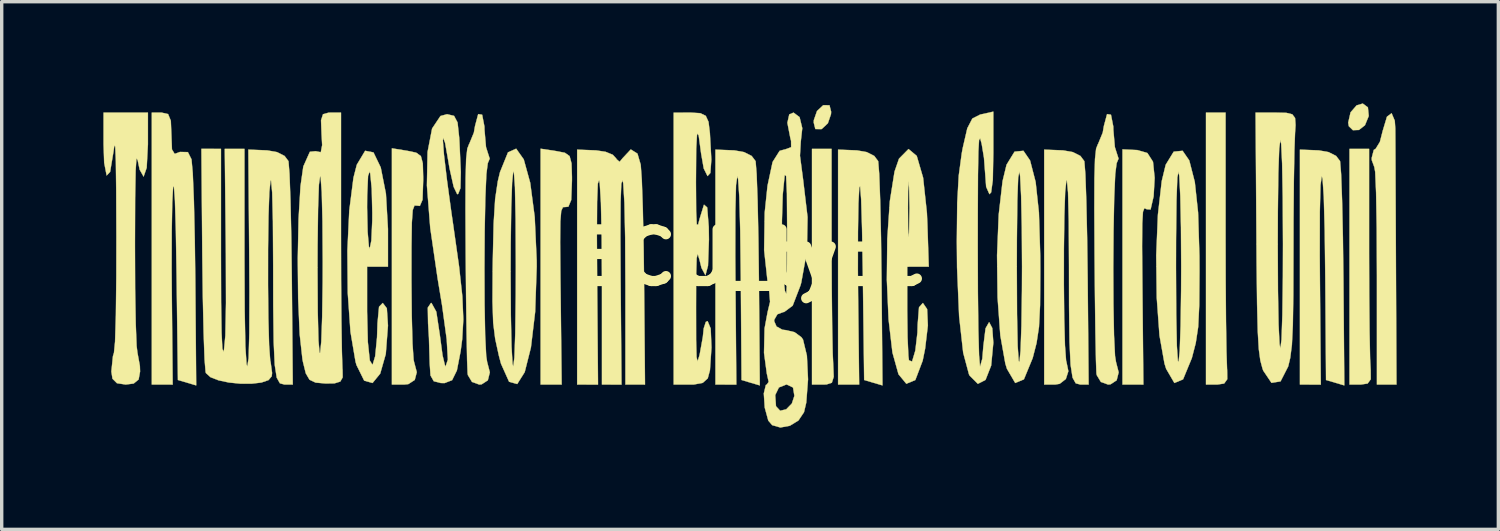
<source format=kicad_pcb>
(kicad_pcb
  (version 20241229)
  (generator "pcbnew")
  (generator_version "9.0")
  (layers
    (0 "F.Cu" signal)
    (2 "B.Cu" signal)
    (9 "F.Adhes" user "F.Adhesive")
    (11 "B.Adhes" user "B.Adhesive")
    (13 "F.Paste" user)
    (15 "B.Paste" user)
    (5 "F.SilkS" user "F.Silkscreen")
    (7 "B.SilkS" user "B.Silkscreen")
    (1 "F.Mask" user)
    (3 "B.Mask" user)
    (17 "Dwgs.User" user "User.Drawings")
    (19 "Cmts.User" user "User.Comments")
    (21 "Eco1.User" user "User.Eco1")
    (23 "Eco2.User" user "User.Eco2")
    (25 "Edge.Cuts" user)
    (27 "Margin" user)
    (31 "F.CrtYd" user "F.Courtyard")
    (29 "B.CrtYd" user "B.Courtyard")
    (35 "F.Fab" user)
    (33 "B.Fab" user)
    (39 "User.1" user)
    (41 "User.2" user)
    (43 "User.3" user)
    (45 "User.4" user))
  (footprint "ECU_type"
    (layer "F.Cu")
    (at 19.17 4.55)
    (property "Reference" "ECU_type" (at 0 0 0) (layer "F.SilkS") (effects (font (size 1.524 1.524) (thickness 0.3))))
    (attr through_hole)
    (fp_poly (pts (xy 18.13 -4.433) (xy 18.155 -4.178) (xy 18.043 -3.905) (xy 17.866 -3.767) (xy 17.688 -3.76) (xy 17.568 -3.876) (xy 17.549 -3.982) (xy 17.619 -4.287) (xy 17.798 -4.492) (xy 17.979 -4.545) (xy 18.13 -4.433)) (stroke (width 0.01) (type solid)) (fill yes) (layer "F.SilkS"))
    (fp_poly (pts (xy 18.165 -0.156) (xy 18.169 1.103) (xy 18.179 2.19) (xy 18.195 2.977) (xy 18.212 3.32) (xy 18.214 3.587) (xy 18.123 3.713) (xy 17.923 3.743) (xy 17.588 3.743) (xy 17.588 -3.208) (xy 18.165 -3.208) (xy 18.165 -0.156)) (stroke (width 0.01) (type solid)) (fill yes) (layer "F.SilkS"))
    (fp_poly (pts (xy 2.248 -4.495) (xy 2.297 -4.303) (xy 2.292 -4.23) (xy 2.2 -3.964) (xy 2.021 -3.796) (xy 2.006 -3.791) (xy 1.831 -3.794) (xy 1.783 -3.985) (xy 1.787 -4.058) (xy 1.88 -4.325) (xy 2.058 -4.492) (xy 2.073 -4.497) (xy 2.248 -4.495)) (stroke (width 0.01) (type solid)) (fill yes) (layer "F.SilkS"))
    (fp_poly (pts (xy 2.31 -0.334) (xy 2.315 0.913) (xy 2.327 2.012) (xy 2.343 2.82) (xy 2.358 3.142) (xy 2.373 3.515) (xy 2.318 3.69) (xy 2.158 3.741) (xy 2.068 3.743) (xy 1.732 3.743) (xy 1.732 -3.208) (xy 2.309 -3.208) (xy 2.31 -0.334)) (stroke (width 0.01) (type solid)) (fill yes) (layer "F.SilkS"))
    (fp_poly (pts (xy 13.932 -0.69) (xy 13.935 0.671) (xy 13.944 1.862) (xy 13.958 2.769) (xy 13.975 3.276) (xy 13.978 3.32) (xy 13.981 3.587) (xy 13.89 3.713) (xy 13.69 3.743) (xy 13.354 3.743) (xy 13.354 -4.278) (xy 13.932 -4.278) (xy 13.932 -0.69)) (stroke (width 0.01) (type solid)) (fill yes) (layer "F.SilkS"))
    (fp_poly (pts (xy 11.329 -3.173) (xy 11.626 -3.086) (xy 11.791 -2.828) (xy 11.84 -2.353) (xy 11.809 -1.809) (xy 11.72 -1.421) (xy 11.608 -1.427) (xy 11.538 -1.462) (xy 11.495 -1.353) (xy 11.474 -1.006) (xy 11.469 -0.331) (xy 11.478 0.765) (xy 11.481 1.088) (xy 11.507 3.744) (xy 10.891 3.743) (xy 10.891 -3.194) (xy 11.329 -3.173)) (stroke (width 0.01) (type solid)) (fill yes) (layer "F.SilkS"))
    (fp_poly (pts (xy -5.811 -3.143) (xy -5.556 -3.093) (xy -5.418 -2.995) (xy -5.361 -2.78) (xy -5.349 -2.381) (xy -5.349 -2.272) (xy -5.37 -1.702) (xy -5.454 -1.503) (xy -5.531 -1.495) (xy -5.614 -1.489) (xy -5.665 -1.378) (xy -5.691 -1.066) (xy -5.697 -0.456) (xy -5.689 0.552) (xy -5.682 1.112) (xy -5.652 3.743) (xy -6.273 3.743) (xy -6.273 -3.213) (xy -5.811 -3.143)) (stroke (width 0.01) (type solid)) (fill yes) (layer "F.SilkS"))
    (fp_poly (pts (xy 18.923 -4.038) (xy 18.938 -3.81) (xy 18.941 -3.377) (xy 18.945 -2.525) (xy 18.95 -1.372) (xy 18.956 -0.033) (xy 18.957 0.201) (xy 18.973 3.743) (xy 18.684 3.743) (xy 18.396 3.743) (xy 18.396 0.535) (xy 18.39 -0.874) (xy 18.372 -1.916) (xy 18.345 -2.53) (xy 18.319 -2.674) (xy 18.244 -2.877) (xy 18.242 -2.941) (xy 18.304 -3.179) (xy 18.357 -3.208) (xy 18.484 -3.415) (xy 18.568 -3.743) (xy 18.693 -4.158) (xy 18.829 -4.26) (xy 18.923 -4.038)) (stroke (width 0.01) (type solid)) (fill yes) (layer "F.SilkS"))
    (fp_poly (pts (xy -10.198 -3.15) (xy -9.943 -3.096) (xy -9.805 -2.996) (xy -9.748 -2.781) (xy -9.737 -2.381) (xy -9.737 -2.273) (xy -9.756 -1.708) (xy -9.835 -1.526) (xy -9.91 -1.534) (xy -9.994 -1.538) (xy -10.045 -1.404) (xy -10.072 -1.03) (xy -10.082 -0.313) (xy -10.083 0.656) (xy -10.074 1.704) (xy -10.052 2.536) (xy -10.019 3.015) (xy -10.006 3.075) (xy -9.926 3.379) (xy -9.986 3.607) (xy -10.175 3.73) (xy -10.295 3.743) (xy -10.66 3.743) (xy -10.66 -3.225) (xy -10.198 -3.15)) (stroke (width 0.01) (type solid)) (fill yes) (layer "F.SilkS"))
    (fp_poly (pts (xy 3.058 -3.164) (xy 3.347 -3.113) (xy 3.569 -3) (xy 3.683 -2.847) (xy 3.685 -2.841) (xy 3.715 -2.467) (xy 3.744 -1.677) (xy 3.768 -0.588) (xy 3.783 0.614) (xy 3.811 3.768) (xy 3.541 3.689) (xy 3.271 3.609) (xy 3.232 0.535) (xy 3.209 -0.838) (xy 3.182 -1.725) (xy 3.151 -2.109) (xy 3.127 -2.066) (xy 3.102 -1.606) (xy 3.088 -0.753) (xy 3.086 0.351) (xy 3.092 1.075) (xy 3.123 3.743) (xy 2.502 3.743) (xy 2.502 -3.186) (xy 3.058 -3.164)) (stroke (width 0.01) (type solid)) (fill yes) (layer "F.SilkS"))
    (fp_poly (pts (xy 16.682 -3.164) (xy 16.97 -3.113) (xy 17.193 -3) (xy 17.308 -2.848) (xy 17.31 -2.841) (xy 17.34 -2.467) (xy 17.369 -1.677) (xy 17.393 -0.588) (xy 17.408 0.614) (xy 17.434 3.768) (xy 16.895 3.609) (xy 16.873 0.602) (xy 16.856 -0.797) (xy 16.829 -1.789) (xy 16.793 -2.325) (xy 16.77 -2.406) (xy 16.732 -2.142) (xy 16.712 -1.354) (xy 16.71 -0.051) (xy 16.715 0.669) (xy 16.741 3.744) (xy 16.433 3.744) (xy 16.125 3.743) (xy 16.125 -3.186) (xy 16.682 -3.164)) (stroke (width 0.01) (type solid)) (fill yes) (layer "F.SilkS"))
    (fp_poly (pts (xy -0.559 -3.164) (xy -0.272 -3.113) (xy -0.048 -3) (xy 0.067 -2.848) (xy 0.069 -2.841) (xy 0.099 -2.467) (xy 0.128 -1.677) (xy 0.151 -0.588) (xy 0.166 0.614) (xy 0.192 3.768) (xy -0.077 3.689) (xy -0.346 3.609) (xy -0.368 0.602) (xy -0.385 -0.797) (xy -0.412 -1.789) (xy -0.448 -2.325) (xy -0.471 -2.406) (xy -0.509 -2.142) (xy -0.529 -1.354) (xy -0.531 -0.051) (xy -0.526 0.669) (xy -0.5 3.744) (xy -0.808 3.744) (xy -1.116 3.743) (xy -1.116 -3.186) (xy -0.559 -3.164)) (stroke (width 0.01) (type solid)) (fill yes) (layer "F.SilkS"))
    (fp_poly (pts (xy -17.262 -4.235) (xy -17.181 -4.038) (xy -17.164 -3.626) (xy -17.148 -3.192) (xy -17.067 -3.06) (xy -16.911 -3.118) (xy -16.678 -3.113) (xy -16.571 -2.9) (xy -16.534 -2.493) (xy -16.5 -1.662) (xy -16.474 -0.519) (xy -16.459 0.614) (xy -16.433 3.768) (xy -16.972 3.609) (xy -17.011 0.535) (xy -17.033 -0.795) (xy -17.06 -1.685) (xy -17.09 -2.103) (xy -17.114 -2.081) (xy -17.139 -1.627) (xy -17.154 -0.78) (xy -17.157 0.322) (xy -17.152 1.061) (xy -17.126 3.744) (xy -17.742 3.743) (xy -17.742 -4.278) (xy -17.453 -4.278) (xy -17.262 -4.235)) (stroke (width 0.01) (type solid)) (fill yes) (layer "F.SilkS"))
    (fp_poly (pts (xy -7.998 -4.216) (xy -7.93 -3.865) (xy -7.928 -3.765) (xy -7.884 -3.262) (xy -7.832 -3.097) (xy -7.775 -2.921) (xy -7.832 -2.785) (xy -7.873 -2.466) (xy -7.904 -1.752) (xy -7.923 -0.781) (xy -7.93 0.308) (xy -7.926 1.377) (xy -7.909 2.287) (xy -7.878 2.9) (xy -7.851 3.075) (xy -7.771 3.383) (xy -7.83 3.618) (xy -8.013 3.737) (xy -8.084 3.743) (xy -8.297 3.666) (xy -8.418 3.465) (xy -8.427 3.409) (xy -8.442 3.022) (xy -8.457 2.219) (xy -8.472 1.121) (xy -8.483 -0.07) (xy -8.49 -1.43) (xy -8.486 -2.347) (xy -8.47 -2.911) (xy -8.436 -3.215) (xy -8.384 -3.349) (xy -8.378 -3.356) (xy -8.242 -3.687) (xy -8.207 -3.887) (xy -8.114 -4.234) (xy -7.998 -4.216)) (stroke (width 0.01) (type solid)) (fill yes) (layer "F.SilkS"))
    (fp_poly (pts (xy 9.139 -3.164) (xy 9.427 -3.113) (xy 9.65 -3) (xy 9.764 -2.847) (xy 9.766 -2.841) (xy 9.796 -2.467) (xy 9.824 -1.677) (xy 9.848 -0.589) (xy 9.864 0.602) (xy 9.892 3.743) (xy 9.649 3.743) (xy 9.512 3.707) (xy 9.419 3.541) (xy 9.36 3.162) (xy 9.328 2.484) (xy 9.315 1.425) (xy 9.313 0.23) (xy 9.306 -1.076) (xy 9.285 -1.92) (xy 9.252 -2.272) (xy 9.236 -2.273) (xy 9.2 -1.94) (xy 9.176 -1.222) (xy 9.163 -0.263) (xy 9.162 0.788) (xy 9.172 1.786) (xy 9.194 2.584) (xy 9.227 3.034) (xy 9.238 3.077) (xy 9.294 3.35) (xy 9.22 3.58) (xy 9.039 3.721) (xy 8.905 3.743) (xy 8.582 3.743) (xy 8.582 -3.186) (xy 9.139 -3.164)) (stroke (width 0.01) (type solid)) (fill yes) (layer "F.SilkS"))
    (fp_poly (pts (xy 10.551 -4.216) (xy 10.62 -3.865) (xy 10.622 -3.765) (xy 10.666 -3.262) (xy 10.718 -3.097) (xy 10.775 -2.921) (xy 10.718 -2.785) (xy 10.677 -2.466) (xy 10.646 -1.752) (xy 10.627 -0.781) (xy 10.619 0.308) (xy 10.624 1.377) (xy 10.641 2.287) (xy 10.671 2.9) (xy 10.699 3.075) (xy 10.778 3.383) (xy 10.719 3.618) (xy 10.537 3.737) (xy 10.465 3.743) (xy 10.253 3.666) (xy 10.132 3.465) (xy 10.122 3.409) (xy 10.108 3.022) (xy 10.092 2.219) (xy 10.078 1.121) (xy 10.067 -0.07) (xy 10.06 -1.43) (xy 10.063 -2.347) (xy 10.08 -2.911) (xy 10.113 -3.215) (xy 10.166 -3.349) (xy 10.172 -3.356) (xy 10.308 -3.687) (xy 10.343 -3.887) (xy 10.436 -4.234) (xy 10.551 -4.216)) (stroke (width 0.01) (type solid)) (fill yes) (layer "F.SilkS"))
    (fp_poly (pts (xy -17.857 -3.342) (xy -17.893 -2.652) (xy -17.984 -2.39) (xy -18.101 -2.597) (xy -18.159 -2.874) (xy -18.195 -2.929) (xy -18.219 -2.567) (xy -18.234 -1.75) (xy -18.239 -0.439) (xy -18.239 -0.35) (xy -18.234 0.927) (xy -18.216 1.947) (xy -18.19 2.607) (xy -18.165 2.807) (xy -18.094 3.194) (xy -18.088 3.358) (xy -18.131 3.593) (xy -18.276 3.713) (xy -18.511 3.743) (xy -18.77 3.704) (xy -18.902 3.572) (xy -18.935 3.358) (xy -18.888 2.903) (xy -18.858 2.807) (xy -18.826 2.479) (xy -18.802 1.705) (xy -18.789 0.57) (xy -18.787 -0.617) (xy -18.792 -1.976) (xy -18.803 -2.846) (xy -18.821 -3.276) (xy -18.847 -3.31) (xy -18.87 -3.142) (xy -18.972 -2.531) (xy -19.074 -2.423) (xy -19.147 -2.8) (xy -19.165 -3.342) (xy -19.165 -4.278) (xy -17.857 -4.278) (xy -17.857 -3.342)) (stroke (width 0.01) (type solid)) (fill yes) (layer "F.SilkS"))
    (fp_poly (pts (xy 8.165 -2.866) (xy 8.329 -2.232) (xy 8.426 -1.33) (xy 8.465 -0.054) (xy 8.467 0.404) (xy 8.46 1.399) (xy 8.428 2.043) (xy 8.356 2.519) (xy 8.242 2.962) (xy 7.983 3.59) (xy 7.727 3.697) (xy 7.483 3.28) (xy 7.435 3.125) (xy 7.287 2.294) (xy 7.206 1.175) (xy 7.195 0.267) (xy 7.774 0.267) (xy 7.78 1.67) (xy 7.799 2.606) (xy 7.83 3.049) (xy 7.851 3.075) (xy 7.884 2.75) (xy 7.91 2.01) (xy 7.925 0.974) (xy 7.928 0.267) (xy 7.921 -0.889) (xy 7.901 -1.819) (xy 7.871 -2.405) (xy 7.851 -2.54) (xy 7.814 -2.368) (xy 7.789 -1.689) (xy 7.776 -0.529) (xy 7.774 0.267) (xy 7.195 0.267) (xy 7.191 -0.068) (xy 7.24 -1.267) (xy 7.354 -2.259) (xy 7.471 -2.741) (xy 7.707 -3.126) (xy 7.969 -3.152) (xy 8.165 -2.866)) (stroke (width 0.01) (type solid)) (fill yes) (layer "F.SilkS"))
    (fp_poly (pts (xy 12.861 -2.866) (xy 13.024 -2.232) (xy 13.121 -1.33) (xy 13.16 -0.054) (xy 13.162 0.404) (xy 13.155 1.399) (xy 13.124 2.043) (xy 13.052 2.519) (xy 12.937 2.962) (xy 12.678 3.59) (xy 12.422 3.697) (xy 12.179 3.28) (xy 12.13 3.125) (xy 11.982 2.294) (xy 11.901 1.175) (xy 11.89 0.267) (xy 12.469 0.267) (xy 12.476 1.67) (xy 12.495 2.606) (xy 12.525 3.049) (xy 12.546 3.075) (xy 12.579 2.75) (xy 12.605 2.01) (xy 12.62 0.974) (xy 12.623 0.267) (xy 12.616 -0.889) (xy 12.596 -1.819) (xy 12.566 -2.405) (xy 12.546 -2.54) (xy 12.509 -2.368) (xy 12.484 -1.689) (xy 12.471 -0.529) (xy 12.469 0.267) (xy 11.89 0.267) (xy 11.886 -0.068) (xy 11.936 -1.267) (xy 12.049 -2.259) (xy 12.166 -2.741) (xy 12.402 -3.126) (xy 12.664 -3.152) (xy 12.861 -2.866)) (stroke (width 0.01) (type solid)) (fill yes) (layer "F.SilkS"))
    (fp_poly (pts (xy -6.77 -2.897) (xy -6.58 -2.208) (xy -6.447 -1.199) (xy -6.389 0.079) (xy -6.388 0.267) (xy -6.434 1.599) (xy -6.559 2.65) (xy -6.742 3.376) (xy -6.963 3.728) (xy -7.203 3.661) (xy -7.442 3.127) (xy -7.505 2.889) (xy -7.613 2.394) (xy -7.672 1.92) (xy -7.693 1.292) (xy -7.688 0.417) (xy -7.158 0.417) (xy -7.151 1.697) (xy -7.131 2.627) (xy -7.101 3.135) (xy -7.081 3.208) (xy -7.047 2.953) (xy -7.021 2.231) (xy -7.007 1.11) (xy -7.004 0.252) (xy -7.011 -1.146) (xy -7.03 -2.078) (xy -7.061 -2.516) (xy -7.081 -2.54) (xy -7.114 -2.215) (xy -7.14 -1.467) (xy -7.155 -0.408) (xy -7.158 0.417) (xy -7.688 0.417) (xy -7.688 0.339) (xy -7.684 0.098) (xy -7.659 -1.002) (xy -7.614 -1.731) (xy -7.536 -2.253) (xy -7.471 -2.523) (xy -7.235 -3.107) (xy -6.994 -3.214) (xy -6.77 -2.897)) (stroke (width 0.01) (type solid)) (fill yes) (layer "F.SilkS"))
    (fp_poly (pts (xy -3.416 -3.068) (xy -3.32 -2.739) (xy -3.288 -2.291) (xy -3.258 -1.438) (xy -3.234 -0.311) (xy -3.221 0.737) (xy -3.194 3.744) (xy -3.483 3.743) (xy -3.772 3.743) (xy -3.772 0.818) (xy -3.779 -0.591) (xy -3.801 -1.613) (xy -3.836 -2.189) (xy -3.855 -2.287) (xy -3.893 -2.182) (xy -3.914 -1.646) (xy -3.92 -0.644) (xy -3.913 0.638) (xy -3.887 3.744) (xy -4.176 3.744) (xy -4.464 3.743) (xy -4.464 0.818) (xy -4.472 -0.591) (xy -4.494 -1.613) (xy -4.529 -2.189) (xy -4.548 -2.287) (xy -4.586 -2.182) (xy -4.607 -1.646) (xy -4.613 -0.644) (xy -4.606 0.638) (xy -4.58 3.744) (xy -4.888 3.744) (xy -5.195 3.743) (xy -5.195 -3.186) (xy -4.636 -3.164) (xy -4.357 -3.122) (xy -4.144 -3.035) (xy -4.038 -2.92) (xy -4.035 -2.907) (xy -3.943 -2.826) (xy -3.849 -2.94) (xy -3.613 -3.192) (xy -3.416 -3.068)) (stroke (width 0.01) (type solid)) (fill yes) (layer "F.SilkS"))
    (fp_poly (pts (xy 4.822 -3.001) (xy 5.01 -2.357) (xy 5.122 -1.318) (xy 5.136 -0.992) (xy 5.177 0.267) (xy 4.541 0.267) (xy 4.541 1.56) (xy 4.551 2.351) (xy 4.576 2.902) (xy 4.592 3.028) (xy 4.684 3.064) (xy 4.78 2.741) (xy 4.842 2.215) (xy 4.849 1.973) (xy 4.889 1.465) (xy 5.003 1.337) (xy 5.128 1.519) (xy 5.15 2) (xy 5.069 2.684) (xy 4.997 3.039) (xy 4.78 3.61) (xy 4.515 3.72) (xy 4.284 3.44) (xy 4.105 2.799) (xy 3.991 1.822) (xy 3.94 0.655) (xy 3.953 -0.557) (xy 4.015 -1.471) (xy 4.563 -1.471) (xy 4.568 -0.836) (xy 4.582 -0.605) (xy 4.595 -0.732) (xy 4.609 -1.465) (xy 4.596 -2.068) (xy 4.579 -2.254) (xy 4.567 -1.965) (xy 4.563 -1.471) (xy 4.015 -1.471) (xy 4.029 -1.67) (xy 4.167 -2.539) (xy 4.299 -2.92) (xy 4.579 -3.204) (xy 4.822 -3.001)) (stroke (width 0.01) (type solid)) (fill yes) (layer "F.SilkS"))
    (fp_poly (pts (xy 7.081 -3.089) (xy 7.066 -2.291) (xy 7.016 -1.924) (xy 6.966 -1.872) (xy 6.869 -2.091) (xy 6.85 -2.355) (xy 6.805 -2.947) (xy 6.737 -3.358) (xy 6.692 -3.52) (xy 6.66 -3.467) (xy 6.64 -3.131) (xy 6.628 -2.443) (xy 6.623 -1.335) (xy 6.622 -0.334) (xy 6.626 1.024) (xy 6.639 2.125) (xy 6.66 2.881) (xy 6.687 3.203) (xy 6.691 3.208) (xy 6.756 2.981) (xy 6.787 2.61) (xy 6.852 2.085) (xy 6.957 1.902) (xy 7.05 2.078) (xy 7.081 2.511) (xy 7.017 3.184) (xy 6.851 3.606) (xy 6.625 3.722) (xy 6.382 3.48) (xy 6.362 3.44) (xy 6.192 2.805) (xy 6.072 1.731) (xy 6.011 0.289) (xy 6.004 -0.487) (xy 6.016 -1.62) (xy 6.061 -2.42) (xy 6.15 -3.08) (xy 6.179 -3.236) (xy 6.313 -3.815) (xy 6.462 -4.103) (xy 6.692 -4.22) (xy 6.718 -4.226) (xy 7.081 -4.307) (xy 7.081 -3.089)) (stroke (width 0.01) (type solid)) (fill yes) (layer "F.SilkS"))
    (fp_poly (pts (xy 15.422 -4.278) (xy 15.724 -4.271) (xy 15.9 -4.228) (xy 15.982 -4.119) (xy 15.996 -3.911) (xy 15.981 -3.676) (xy 15.962 -3.166) (xy 15.946 -2.262) (xy 15.936 -1.108) (xy 15.934 -0.201) (xy 15.93 1.109) (xy 15.916 1.997) (xy 15.888 2.575) (xy 15.839 2.957) (xy 15.779 3.208) (xy 15.553 3.65) (xy 15.286 3.693) (xy 15.042 3.331) (xy 15.022 3.275) (xy 14.957 3.034) (xy 14.912 2.7) (xy 14.881 2.174) (xy 14.861 1.363) (xy 14.847 0.168) (xy 14.843 -0.401) (xy 15.471 -0.401) (xy 15.477 0.967) (xy 15.495 1.974) (xy 15.524 2.555) (xy 15.548 2.674) (xy 15.582 2.417) (xy 15.607 1.692) (xy 15.622 0.561) (xy 15.625 -0.401) (xy 15.618 -1.769) (xy 15.6 -2.776) (xy 15.572 -3.357) (xy 15.548 -3.476) (xy 15.514 -3.219) (xy 15.488 -2.494) (xy 15.474 -1.363) (xy 15.471 -0.401) (xy 14.843 -0.401) (xy 14.841 -0.735) (xy 14.817 -4.278) (xy 15.422 -4.278)) (stroke (width 0.01) (type solid)) (fill yes) (layer "F.SilkS"))
    (fp_poly (pts (xy -11.203 -3.104) (xy -10.989 -2.661) (xy -10.836 -1.887) (xy -10.776 -0.848) (xy -10.776 -0.814) (xy -10.776 0.267) (xy -11.392 0.267) (xy -11.392 1.588) (xy -11.37 2.485) (xy -11.312 3.032) (xy -11.231 3.165) (xy -11.153 2.908) (xy -11.098 2.347) (xy -11.085 1.938) (xy -11.039 1.449) (xy -10.93 1.337) (xy -10.809 1.494) (xy -10.776 2.005) (xy -10.84 2.842) (xy -11.005 3.421) (xy -11.231 3.697) (xy -11.477 3.628) (xy -11.705 3.167) (xy -11.733 3.067) (xy -11.882 2.188) (xy -11.962 1.041) (xy -11.973 -0.208) (xy -11.917 -1.396) (xy -11.905 -1.486) (xy -11.392 -1.486) (xy -11.376 -0.763) (xy -11.338 -0.326) (xy -11.315 -0.267) (xy -11.266 -0.504) (xy -11.239 -1.095) (xy -11.238 -1.321) (xy -11.255 -2.033) (xy -11.3 -2.489) (xy -11.315 -2.54) (xy -11.363 -2.413) (xy -11.389 -1.832) (xy -11.392 -1.486) (xy -11.905 -1.486) (xy -11.794 -2.356) (xy -11.695 -2.741) (xy -11.449 -3.152) (xy -11.203 -3.104)) (stroke (width 0.01) (type solid)) (fill yes) (layer "F.SilkS"))
    (fp_poly (pts (xy -12.161 -0.69) (xy -12.158 0.671) (xy -12.149 1.86) (xy -12.135 2.764) (xy -12.119 3.27) (xy -12.115 3.314) (xy -12.112 3.531) (xy -12.182 3.655) (xy -12.353 3.708) (xy -12.618 3.712) (xy -12.91 3.686) (xy -13.09 3.601) (xy -13.2 3.413) (xy -13.283 3.077) (xy -13.299 2.994) (xy -13.38 2.258) (xy -13.425 1.211) (xy -13.434 0.283) (xy -12.854 0.283) (xy -12.847 1.596) (xy -12.826 2.447) (xy -12.793 2.806) (xy -12.777 2.807) (xy -12.743 2.483) (xy -12.717 1.75) (xy -12.702 0.733) (xy -12.7 0.118) (xy -12.708 -1.075) (xy -12.729 -1.931) (xy -12.762 -2.368) (xy -12.777 -2.406) (xy -12.813 -2.152) (xy -12.838 -1.44) (xy -12.852 -0.347) (xy -12.854 0.283) (xy -13.434 0.283) (xy -13.436 0.022) (xy -13.413 -1.141) (xy -13.356 -2.108) (xy -13.273 -2.689) (xy -13.079 -3.123) (xy -12.908 -3.14) (xy -12.757 -3.11) (xy -12.717 -3.319) (xy -12.735 -3.653) (xy -12.75 -4.052) (xy -12.692 -4.231) (xy -12.525 -4.277) (xy -12.471 -4.278) (xy -12.161 -4.278) (xy -12.161 -0.69)) (stroke (width 0.01) (type solid)) (fill yes) (layer "F.SilkS"))
    (fp_poly (pts (xy -1.561 -4.261) (xy -1.401 -4.183) (xy -1.32 -4.005) (xy -1.281 -3.684) (xy -1.28 -3.676) (xy -1.237 -2.89) (xy -1.266 -2.497) (xy -1.349 -2.406) (xy -1.461 -2.63) (xy -1.539 -3.075) (xy -1.611 -3.609) (xy -1.658 -3.659) (xy -1.684 -3.208) (xy -1.691 -2.241) (xy -1.691 -2.206) (xy -1.685 -1.366) (xy -1.667 -0.981) (xy -1.627 -0.973) (xy -1.586 -1.136) (xy -1.454 -1.563) (xy -1.36 -1.481) (xy -1.313 -0.906) (xy -1.308 -0.535) (xy -1.335 0.236) (xy -1.411 0.52) (xy -1.528 0.302) (xy -1.586 0.067) (xy -1.639 -0.111) (xy -1.67 0.014) (xy -1.685 0.519) (xy -1.688 1.471) (xy -1.686 2.429) (xy -1.673 2.933) (xy -1.643 3.06) (xy -1.59 2.89) (xy -1.575 2.823) (xy -1.488 2.34) (xy -1.462 2.088) (xy -1.4 1.896) (xy -1.347 1.872) (xy -1.256 2.092) (xy -1.233 2.648) (xy -1.278 3.32) (xy -1.343 3.561) (xy -1.49 3.693) (xy -1.752 3.742) (xy -1.836 3.743) (xy -2.348 3.743) (xy -2.348 -4.277) (xy -1.837 -4.278) (xy -1.561 -4.261)) (stroke (width 0.01) (type solid)) (fill yes) (layer "F.SilkS"))
    (fp_poly (pts (xy -8.826 -4.182) (xy -8.723 -3.987) (xy -8.674 -3.532) (xy -8.667 -3.411) (xy -8.627 -2.527) (xy -8.638 -2.05) (xy -8.705 -1.879) (xy -8.734 -1.872) (xy -8.838 -2.089) (xy -8.96 -2.635) (xy -9 -2.874) (xy -9.091 -3.387) (xy -9.148 -3.536) (xy -9.156 -3.456) (xy -9.124 -3.038) (xy -9.035 -2.286) (xy -8.906 -1.339) (xy -8.852 -0.968) (xy -8.679 0.254) (xy -8.582 1.144) (xy -8.553 1.821) (xy -8.586 2.404) (xy -8.632 2.758) (xy -8.743 3.328) (xy -8.884 3.614) (xy -9.108 3.7) (xy -9.217 3.698) (xy -9.425 3.645) (xy -9.521 3.475) (xy -9.545 3.116) (xy -9.545 3.108) (xy -9.567 2.367) (xy -9.593 1.938) (xy -9.601 1.475) (xy -9.508 1.338) (xy -9.492 1.337) (xy -9.35 1.596) (xy -9.247 2.273) (xy -9.166 2.881) (xy -9.09 3.196) (xy -9.077 3.208) (xy -9.009 3.009) (xy -9.043 2.41) (xy -9.179 1.413) (xy -9.313 0.604) (xy -9.529 -0.877) (xy -9.627 -2.128) (xy -9.608 -3.115) (xy -9.474 -3.809) (xy -9.227 -4.178) (xy -9.032 -4.231) (xy -8.826 -4.182)) (stroke (width 0.01) (type solid)) (fill yes) (layer "F.SilkS"))
    (fp_poly (pts (xy -15.99 -3.209) (xy -15.702 -3.208) (xy -15.702 -0.08) (xy -15.698 1.313) (xy -15.684 2.221) (xy -15.66 2.691) (xy -15.624 2.773) (xy -15.616 2.749) (xy -15.573 2.301) (xy -15.554 1.34) (xy -15.558 -0.116) (xy -15.56 -0.379) (xy -15.59 -3.208) (xy -15.009 -3.208) (xy -15.009 0) (xy -15.002 1.569) (xy -14.982 2.619) (xy -14.947 3.144) (xy -14.926 3.208) (xy -14.887 2.969) (xy -14.866 2.239) (xy -14.862 1.003) (xy -14.868 0.011) (xy -14.894 -3.187) (xy -14.337 -3.164) (xy -14.049 -3.113) (xy -13.826 -3) (xy -13.712 -2.848) (xy -13.71 -2.841) (xy -13.68 -2.467) (xy -13.651 -1.677) (xy -13.627 -0.589) (xy -13.612 0.602) (xy -13.584 3.743) (xy -13.827 3.743) (xy -13.963 3.707) (xy -14.057 3.541) (xy -14.116 3.162) (xy -14.147 2.484) (xy -14.16 1.425) (xy -14.162 0.23) (xy -14.17 -1.076) (xy -14.191 -1.92) (xy -14.224 -2.272) (xy -14.239 -2.273) (xy -14.275 -1.94) (xy -14.3 -1.222) (xy -14.313 -0.263) (xy -14.314 0.788) (xy -14.304 1.786) (xy -14.282 2.584) (xy -14.249 3.034) (xy -14.238 3.077) (xy -14.194 3.401) (xy -14.205 3.499) (xy -14.299 3.612) (xy -14.51 3.684) (xy -14.8 3.718) (xy -15.132 3.717) (xy -15.47 3.683) (xy -15.776 3.618) (xy -16.013 3.525) (xy -16.144 3.406) (xy -16.155 3.375) (xy -16.186 3.002) (xy -16.214 2.212) (xy -16.238 1.123) (xy -16.253 -0.067) (xy -16.279 -3.209) (xy -15.99 -3.209)) (stroke (width 0.01) (type solid)) (fill yes) (layer "F.SilkS"))
    (fp_poly (pts (xy 1.366 -4.144) (xy 1.445 -3.819) (xy 1.401 -3.422) (xy 1.377 -3.008) (xy 1.469 -2.309) (xy 1.601 -1.196) (xy 1.583 -0.19) (xy 1.415 0.738) (xy 1.391 0.823) (xy 1.162 1.417) (xy 0.909 1.604) (xy 0.891 1.604) (xy 0.711 1.67) (xy 0.619 1.832) (xy 0.616 1.872) (xy 0.685 2.03) (xy 0.859 2.126) (xy 0.967 2.139) (xy 1.216 2.198) (xy 1.42 2.348) (xy 1.467 2.416) (xy 1.582 2.892) (xy 1.615 3.591) (xy 1.563 4.274) (xy 1.496 4.559) (xy 1.332 4.804) (xy 1.078 4.959) (xy 0.799 5.01) (xy 0.558 4.941) (xy 0.443 4.807) (xy 0.338 4.422) (xy 0.314 4.054) (xy 0.647 4.054) (xy 0.669 4.372) (xy 0.673 4.387) (xy 0.793 4.516) (xy 0.972 4.474) (xy 1.138 4.303) (xy 1.213 4.077) (xy 1.173 3.831) (xy 0.989 3.743) (xy 0.973 3.743) (xy 0.756 3.829) (xy 0.647 4.054) (xy 0.314 4.054) (xy 0.311 4.005) (xy 0.371 3.756) (xy 0.4 3.743) (xy 0.454 3.664) (xy 0.4 3.422) (xy 0.317 2.808) (xy 0.333 2.089) (xy 0.422 1.608) (xy 0.495 1.304) (xy 0.466 0.947) (xy 0.422 0.714) (xy 0.32 -0.223) (xy 0.333 -1.078) (xy 0.845 -1.078) (xy 0.85 -0.235) (xy 0.88 0.507) (xy 0.933 0.981) (xy 0.975 1.069) (xy 0.987 0.824) (xy 0.996 0.177) (xy 0.999 -0.738) (xy 0.999 -0.869) (xy 0.992 -1.891) (xy 0.969 -2.406) (xy 0.931 -2.442) (xy 0.924 -2.406) (xy 0.869 -1.857) (xy 0.845 -1.078) (xy 0.333 -1.078) (xy 0.337 -1.326) (xy 0.42 -2.12) (xy 0.57 -2.822) (xy 0.777 -3.15) (xy 0.984 -3.208) (xy 1.117 -3.258) (xy 1.115 -3.444) (xy 1.093 -3.529) (xy 1.006 -3.978) (xy 1.062 -4.226) (xy 1.188 -4.278) (xy 1.366 -4.144)) (stroke (width 0.01) (type solid)) (fill yes) (layer "F.SilkS")))
  (gr_rect
    (start -3 -3)
    (end 41.148 12.565)
    (stroke (width 0.1) (type default))
    (fill no)
    (layer "Edge.Cuts")))
</source>
